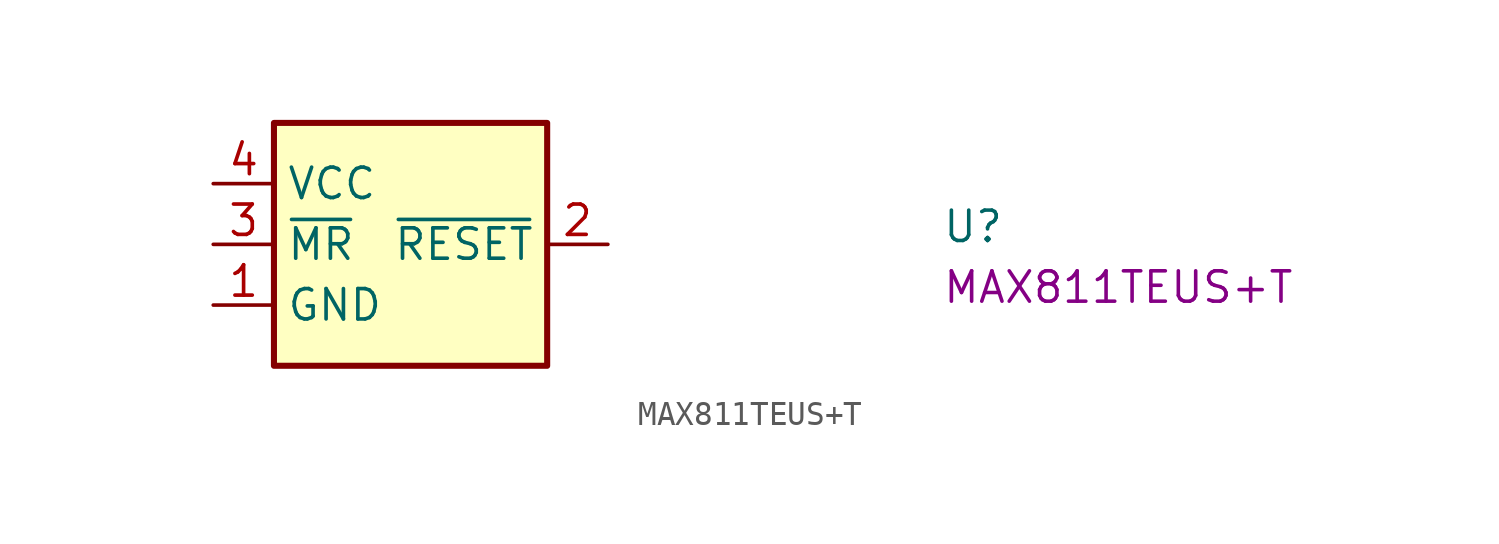
<source format=kicad_sym>
(kicad_symbol_lib
  (version 20220914)
  (generator kicad_symbol_editor)
  (symbol "MAX811TEUS+T"
    (property "Reference" "U"
      (at 30.48 -2.54 0)
      (effects (font (size 1.27 1.27) (thickness 0.15)) (justify left bottom)))
    (property "MPN" "MAX811TEUS+T"
      (at 30.48 -5.08 0)
      (effects (font (size 1.27 1.27) (thickness 0.15)) (justify left bottom)))
    (symbol "MAX811TEUS+T_1_1"
      (rectangle (start 2.54 2.54) (end 13.97 -7.62) (stroke (width 0.254) (type default)) (fill (type background)))
      (pin passive line (at 0 -5.08 0) (length 2.54) (name "GND" (effects (font (size 1.27 1.27)))) (number "1" (effects (font (size 1.27 1.27)))))
      (pin output line (at 16.51 -2.54 180) (length 2.54) (name "~{RESET}" (effects (font (size 1.27 1.27)))) (number "2" (effects (font (size 1.27 1.27)))))
      (pin input line (at 0 -2.54 0) (length 2.54) (name "~{MR}" (effects (font (size 1.27 1.27)))) (number "3" (effects (font (size 1.27 1.27)))))
      (pin passive line (at 0 0 0) (length 2.54) (name "VCC" (effects (font (size 1.27 1.27)))) (number "4" (effects (font (size 1.27 1.27))))))))
</source>
